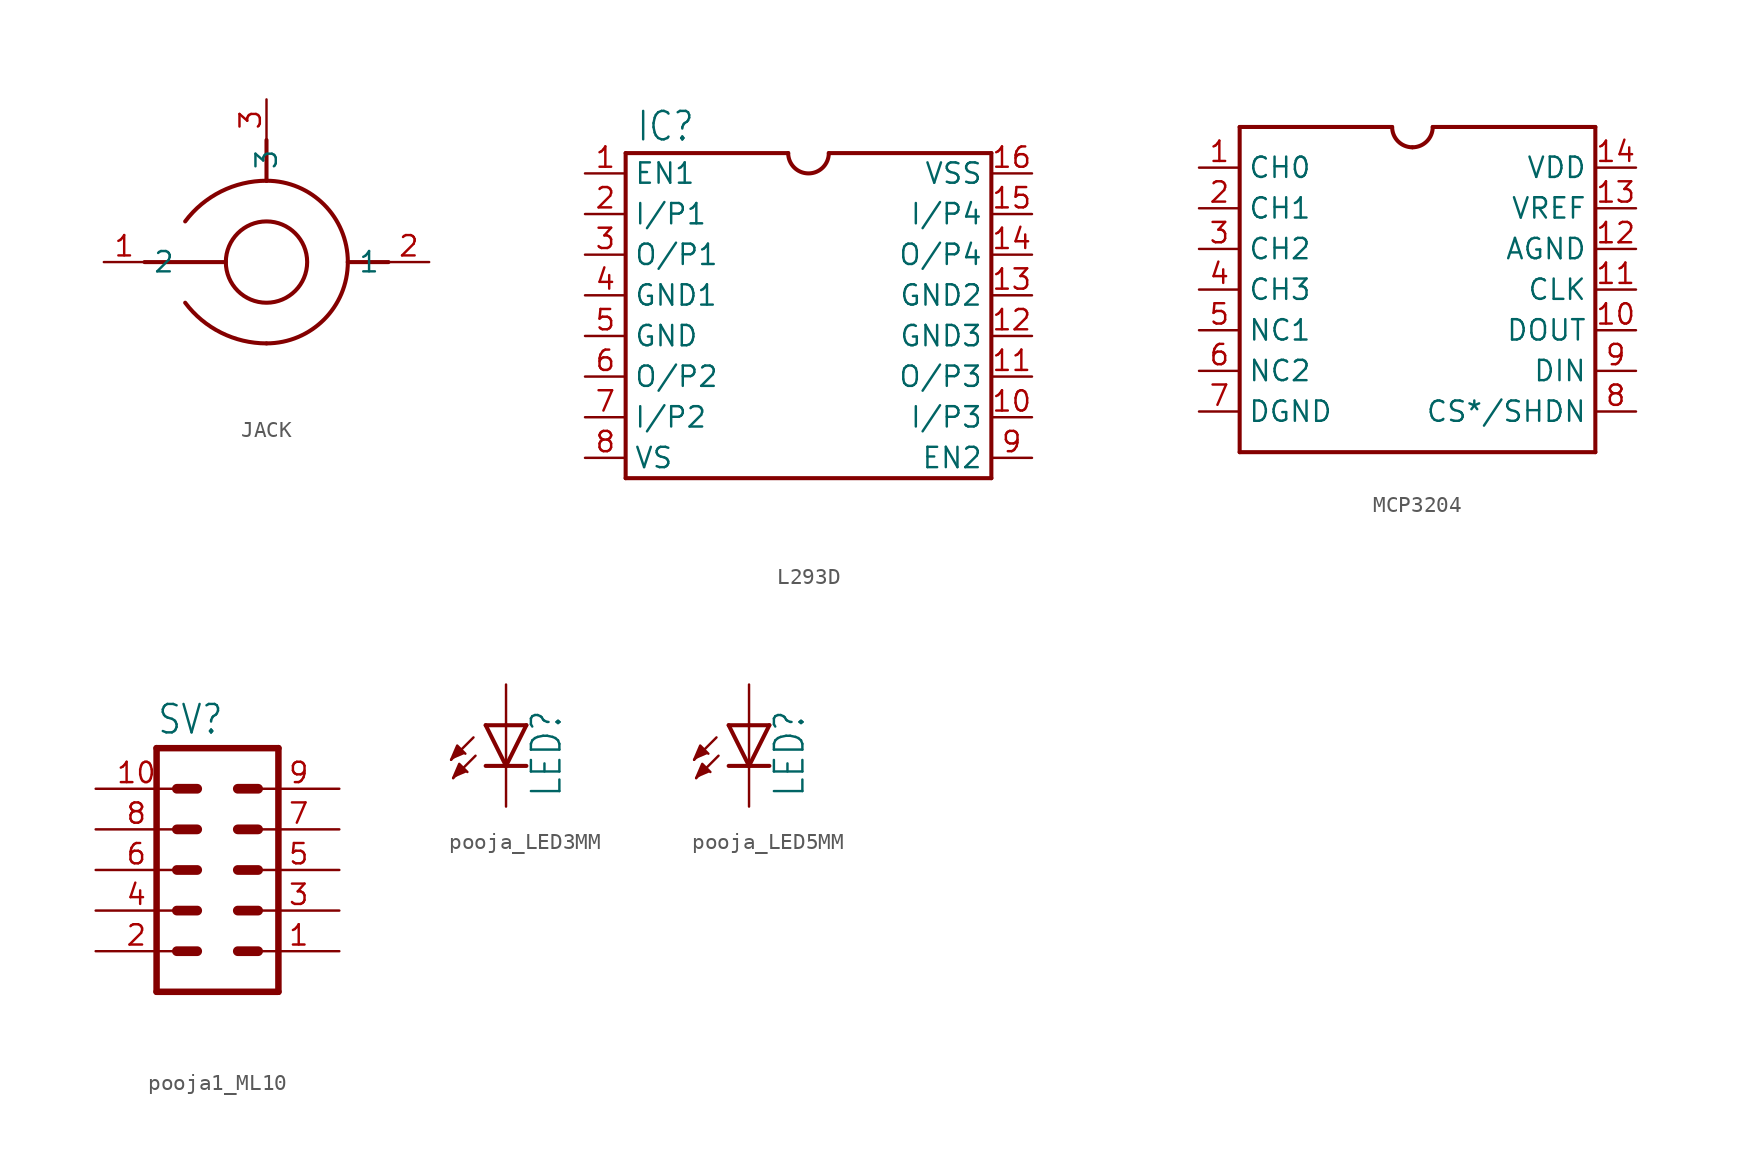
<source format=kicad_sym>
(kicad_symbol_lib
  (version 20220914)
  (generator kicad_symbol_editor)
  (symbol "JACK"
    (property "Reference" ""
      (at -7.62 5.08 0)
      (effects (font (size 1.778 1.511)) (justify left bottom) hide))
    (property "Value" ""
      (at 2.54 -7.62 0)
      (effects (font (size 1.778 1.511)) (justify left bottom)))
    (property "ki_locked" ""
      (at 0 0 0)
      (effects (font (size 1.27 1.27))))
    (symbol "JACK_1_0"
      (arc (start -5.08 -2.54) (mid -2.8398 -4.4096) (end 0 -5.08) (stroke (width 0.254) (type solid)) (fill (type none)))
      (arc (start 0 -5.08) (mid 3.5921 -3.5921) (end 5.08 0) (stroke (width 0.254) (type solid)) (fill (type none)))
      (polyline (pts (xy -2.54 0) (xy -7.62 0)) (stroke (width 0.254) (type solid)) (fill (type none)))
      (polyline (pts (xy 0 5.08) (xy 0 7.62)) (stroke (width 0.254) (type solid)) (fill (type none)))
      (polyline (pts (xy 5.08 0) (xy 7.62 0)) (stroke (width 0.254) (type solid)) (fill (type none)))
      (circle (center 0 0) (radius 2.54) (stroke (width 0.254) (type solid)) (fill (type none)))
      (arc (start 0 5.08) (mid -2.8398 4.4096) (end -5.08 2.54) (stroke (width 0.254) (type solid)) (fill (type none)))
      (arc (start 5.08 0) (mid 3.5921 3.5921) (end 0 5.08) (stroke (width 0.254) (type solid)) (fill (type none)))
      (pin bidirectional line (at -10.16 0 0) (length 2.54) (name "2" (effects (font (size 1.27 1.27)))) (number "1" (effects (font (size 1.27 1.27)))))
      (pin bidirectional line (at 10.16 0 180) (length 2.54) (name "1" (effects (font (size 1.27 1.27)))) (number "2" (effects (font (size 1.27 1.27)))))
      (pin bidirectional line (at 0 10.16 270) (length 2.54) (name "3" (effects (font (size 1.27 1.27)))) (number "3" (effects (font (size 1.27 1.27)))))))
  (symbol "L293D"
    (property "Reference" "IC"
      (at -9.525 9.525 0)
      (effects (font (size 1.778 1.511)) (justify left bottom)))
    (property "Value" ""
      (at -9.525 -13.97 0)
      (effects (font (size 1.778 1.511)) (justify left bottom)))
    (property "ki_locked" ""
      (at 0 0 0)
      (effects (font (size 1.27 1.27))))
    (symbol "L293D_1_0"
      (polyline (pts (xy -10.16 -11.43) (xy 12.7 -11.43)) (stroke (width 0.254) (type solid)) (fill (type none)))
      (polyline (pts (xy -10.16 8.89) (xy -10.16 -11.43)) (stroke (width 0.254) (type solid)) (fill (type none)))
      (polyline (pts (xy -10.16 8.89) (xy 0 8.89)) (stroke (width 0.254) (type solid)) (fill (type none)))
      (polyline (pts (xy 12.7 -11.43) (xy 12.7 8.89)) (stroke (width 0.254) (type solid)) (fill (type none)))
      (polyline (pts (xy 12.7 8.89) (xy 2.54 8.89)) (stroke (width 0.254) (type solid)) (fill (type none)))
      (arc (start 0 8.89) (mid 1.27 7.62) (end 2.54 8.89) (stroke (width 0.254) (type solid)) (fill (type none)))
      (pin passive line (at -12.7 7.62 0) (length 2.54) (name "EN1" (effects (font (size 1.27 1.27)))) (number "1" (effects (font (size 1.27 1.27)))))
      (pin passive line (at 15.24 -7.62 180) (length 2.54) (name "I/P3" (effects (font (size 1.27 1.27)))) (number "10" (effects (font (size 1.27 1.27)))))
      (pin passive line (at 15.24 -5.08 180) (length 2.54) (name "O/P3" (effects (font (size 1.27 1.27)))) (number "11" (effects (font (size 1.27 1.27)))))
      (pin passive line (at 15.24 -2.54 180) (length 2.54) (name "GND3" (effects (font (size 1.27 1.27)))) (number "12" (effects (font (size 1.27 1.27)))))
      (pin passive line (at 15.24 0 180) (length 2.54) (name "GND2" (effects (font (size 1.27 1.27)))) (number "13" (effects (font (size 1.27 1.27)))))
      (pin passive line (at 15.24 2.54 180) (length 2.54) (name "O/P4" (effects (font (size 1.27 1.27)))) (number "14" (effects (font (size 1.27 1.27)))))
      (pin passive line (at 15.24 5.08 180) (length 2.54) (name "I/P4" (effects (font (size 1.27 1.27)))) (number "15" (effects (font (size 1.27 1.27)))))
      (pin passive line (at 15.24 7.62 180) (length 2.54) (name "VSS" (effects (font (size 1.27 1.27)))) (number "16" (effects (font (size 1.27 1.27)))))
      (pin passive line (at -12.7 5.08 0) (length 2.54) (name "I/P1" (effects (font (size 1.27 1.27)))) (number "2" (effects (font (size 1.27 1.27)))))
      (pin passive line (at -12.7 2.54 0) (length 2.54) (name "O/P1" (effects (font (size 1.27 1.27)))) (number "3" (effects (font (size 1.27 1.27)))))
      (pin passive line (at -12.7 0 0) (length 2.54) (name "GND1" (effects (font (size 1.27 1.27)))) (number "4" (effects (font (size 1.27 1.27)))))
      (pin passive line (at -12.7 -2.54 0) (length 2.54) (name "GND" (effects (font (size 1.27 1.27)))) (number "5" (effects (font (size 1.27 1.27)))))
      (pin passive line (at -12.7 -5.08 0) (length 2.54) (name "O/P2" (effects (font (size 1.27 1.27)))) (number "6" (effects (font (size 1.27 1.27)))))
      (pin passive line (at -12.7 -7.62 0) (length 2.54) (name "I/P2" (effects (font (size 1.27 1.27)))) (number "7" (effects (font (size 1.27 1.27)))))
      (pin passive line (at -12.7 -10.16 0) (length 2.54) (name "VS" (effects (font (size 1.27 1.27)))) (number "8" (effects (font (size 1.27 1.27)))))
      (pin passive line (at 15.24 -10.16 180) (length 2.54) (name "EN2" (effects (font (size 1.27 1.27)))) (number "9" (effects (font (size 1.27 1.27)))))))
  (symbol "MCP3204"
    (property "Reference" ""
      (at -10.795 11.43 0)
      (effects (font (size 1.422 1.209)) (justify left bottom) hide))
    (property "Value" ""
      (at 2.54 11.43 0)
      (effects (font (size 1.422 1.209)) (justify left bottom)))
    (property "ki_locked" ""
      (at 0 0 0)
      (effects (font (size 1.27 1.27))))
    (symbol "MCP3204_1_0"
      (arc (start -1.27 10.16) (mid -0.898 9.262) (end 0 8.89) (stroke (width 0.254) (type solid)) (fill (type none)))
      (polyline (pts (xy -10.795 -10.16) (xy 11.43 -10.16)) (stroke (width 0.254) (type solid)) (fill (type none)))
      (polyline (pts (xy -10.795 10.16) (xy -10.795 -10.16)) (stroke (width 0.254) (type solid)) (fill (type none)))
      (polyline (pts (xy -10.795 10.16) (xy -1.27 10.16)) (stroke (width 0.254) (type solid)) (fill (type none)))
      (polyline (pts (xy 1.27 10.16) (xy 11.43 10.16)) (stroke (width 0.254) (type solid)) (fill (type none)))
      (polyline (pts (xy 11.43 -10.16) (xy 11.43 10.16)) (stroke (width 0.254) (type solid)) (fill (type none)))
      (arc (start 0 8.89) (mid 0.898 9.262) (end 1.27 10.16) (stroke (width 0.254) (type solid)) (fill (type none)))
      (pin bidirectional line (at -13.335 7.62 0) (length 2.54) (name "CH0" (effects (font (size 1.27 1.27)))) (number "1" (effects (font (size 1.27 1.27)))))
      (pin bidirectional line (at 13.97 -2.54 180) (length 2.54) (name "DOUT" (effects (font (size 1.27 1.27)))) (number "10" (effects (font (size 1.27 1.27)))))
      (pin bidirectional line (at 13.97 0 180) (length 2.54) (name "CLK" (effects (font (size 1.27 1.27)))) (number "11" (effects (font (size 1.27 1.27)))))
      (pin bidirectional line (at 13.97 2.54 180) (length 2.54) (name "AGND" (effects (font (size 1.27 1.27)))) (number "12" (effects (font (size 1.27 1.27)))))
      (pin bidirectional line (at 13.97 5.08 180) (length 2.54) (name "VREF" (effects (font (size 1.27 1.27)))) (number "13" (effects (font (size 1.27 1.27)))))
      (pin bidirectional line (at 13.97 7.62 180) (length 2.54) (name "VDD" (effects (font (size 1.27 1.27)))) (number "14" (effects (font (size 1.27 1.27)))))
      (pin bidirectional line (at -13.335 5.08 0) (length 2.54) (name "CH1" (effects (font (size 1.27 1.27)))) (number "2" (effects (font (size 1.27 1.27)))))
      (pin bidirectional line (at -13.335 2.54 0) (length 2.54) (name "CH2" (effects (font (size 1.27 1.27)))) (number "3" (effects (font (size 1.27 1.27)))))
      (pin bidirectional line (at -13.335 0 0) (length 2.54) (name "CH3" (effects (font (size 1.27 1.27)))) (number "4" (effects (font (size 1.27 1.27)))))
      (pin bidirectional line (at -13.335 -2.54 0) (length 2.54) (name "NC1" (effects (font (size 1.27 1.27)))) (number "5" (effects (font (size 1.27 1.27)))))
      (pin bidirectional line (at -13.335 -5.08 0) (length 2.54) (name "NC2" (effects (font (size 1.27 1.27)))) (number "6" (effects (font (size 1.27 1.27)))))
      (pin bidirectional line (at -13.335 -7.62 0) (length 2.54) (name "DGND" (effects (font (size 1.27 1.27)))) (number "7" (effects (font (size 1.27 1.27)))))
      (pin bidirectional line (at 13.97 -7.62 180) (length 2.54) (name "CS*/SHDN" (effects (font (size 1.27 1.27)))) (number "8" (effects (font (size 1.27 1.27)))))
      (pin bidirectional line (at 13.97 -5.08 180) (length 2.54) (name "DIN" (effects (font (size 1.27 1.27)))) (number "9" (effects (font (size 1.27 1.27)))))))
  (symbol "pooja1_ML10"
    (property "Reference" "SV"
      (at -3.81 8.382 0)
      (effects (font (size 1.778 1.511)) (justify left bottom)))
    (property "Value" ""
      (at -3.81 -10.16 0)
      (effects (font (size 1.778 1.511)) (justify left bottom)))
    (property "ki_locked" ""
      (at 0 0 0)
      (effects (font (size 1.27 1.27))))
    (symbol "pooja1_ML10_1_0"
      (polyline (pts (xy -3.81 7.62) (xy -3.81 -7.62)) (stroke (width 0.406) (type solid)) (fill (type none)))
      (polyline (pts (xy -3.81 7.62) (xy 3.81 7.62)) (stroke (width 0.406) (type solid)) (fill (type none)))
      (polyline (pts (xy -2.54 -5.08) (xy -1.27 -5.08)) (stroke (width 0.61) (type solid)) (fill (type none)))
      (polyline (pts (xy -2.54 -2.54) (xy -1.27 -2.54)) (stroke (width 0.61) (type solid)) (fill (type none)))
      (polyline (pts (xy -2.54 0) (xy -1.27 0)) (stroke (width 0.61) (type solid)) (fill (type none)))
      (polyline (pts (xy -2.54 2.54) (xy -1.27 2.54)) (stroke (width 0.61) (type solid)) (fill (type none)))
      (polyline (pts (xy -2.54 5.08) (xy -1.27 5.08)) (stroke (width 0.61) (type solid)) (fill (type none)))
      (polyline (pts (xy 1.27 -5.08) (xy 2.54 -5.08)) (stroke (width 0.61) (type solid)) (fill (type none)))
      (polyline (pts (xy 1.27 -2.54) (xy 2.54 -2.54)) (stroke (width 0.61) (type solid)) (fill (type none)))
      (polyline (pts (xy 1.27 0) (xy 2.54 0)) (stroke (width 0.61) (type solid)) (fill (type none)))
      (polyline (pts (xy 1.27 2.54) (xy 2.54 2.54)) (stroke (width 0.61) (type solid)) (fill (type none)))
      (polyline (pts (xy 1.27 5.08) (xy 2.54 5.08)) (stroke (width 0.61) (type solid)) (fill (type none)))
      (polyline (pts (xy 3.81 -7.62) (xy -3.81 -7.62)) (stroke (width 0.406) (type solid)) (fill (type none)))
      (polyline (pts (xy 3.81 -7.62) (xy 3.81 7.62)) (stroke (width 0.406) (type solid)) (fill (type none)))
      (pin passive line (at 7.62 -5.08 180) (length 5.08) (name "1" (effects (font (size 0 0)))) (number "1" (effects (font (size 1.27 1.27)))))
      (pin passive line (at -7.62 5.08 0) (length 5.08) (name "10" (effects (font (size 0 0)))) (number "10" (effects (font (size 1.27 1.27)))))
      (pin passive line (at -7.62 -5.08 0) (length 5.08) (name "2" (effects (font (size 0 0)))) (number "2" (effects (font (size 1.27 1.27)))))
      (pin passive line (at 7.62 -2.54 180) (length 5.08) (name "3" (effects (font (size 0 0)))) (number "3" (effects (font (size 1.27 1.27)))))
      (pin passive line (at -7.62 -2.54 0) (length 5.08) (name "4" (effects (font (size 0 0)))) (number "4" (effects (font (size 1.27 1.27)))))
      (pin passive line (at 7.62 0 180) (length 5.08) (name "5" (effects (font (size 0 0)))) (number "5" (effects (font (size 1.27 1.27)))))
      (pin passive line (at -7.62 0 0) (length 5.08) (name "6" (effects (font (size 0 0)))) (number "6" (effects (font (size 1.27 1.27)))))
      (pin passive line (at 7.62 2.54 180) (length 5.08) (name "7" (effects (font (size 0 0)))) (number "7" (effects (font (size 1.27 1.27)))))
      (pin passive line (at -7.62 2.54 0) (length 5.08) (name "8" (effects (font (size 0 0)))) (number "8" (effects (font (size 1.27 1.27)))))
      (pin passive line (at 7.62 5.08 180) (length 5.08) (name "9" (effects (font (size 0 0)))) (number "9" (effects (font (size 1.27 1.27)))))))
  (symbol "pooja_LED3MM"
    (property "Reference" "LED"
      (at 3.556 -4.572 90)
      (effects (font (size 1.778 1.511)) (justify left bottom)))
    (property "Value" ""
      (at 5.715 -4.572 90)
      (effects (font (size 1.778 1.511)) (justify left bottom)))
    (property "ki_locked" ""
      (at 0 0 0)
      (effects (font (size 1.27 1.27))))
    (symbol "pooja_LED3MM_1_0"
      (polyline (pts (xy -2.032 -0.762) (xy -3.429 -2.159)) (stroke (width 0.152) (type solid)) (fill (type none)))
      (polyline (pts (xy -1.905 -1.905) (xy -3.302 -3.302)) (stroke (width 0.152) (type solid)) (fill (type none)))
      (polyline (pts (xy 0 -2.54) (xy -1.27 -2.54)) (stroke (width 0.254) (type solid)) (fill (type none)))
      (polyline (pts (xy 0 -2.54) (xy -1.27 0)) (stroke (width 0.254) (type solid)) (fill (type none)))
      (polyline (pts (xy 0 0) (xy -1.27 0)) (stroke (width 0.254) (type solid)) (fill (type none)))
      (polyline (pts (xy 0 0) (xy 0 -2.54)) (stroke (width 0.152) (type solid)) (fill (type none)))
      (polyline (pts (xy 1.27 -2.54) (xy 0 -2.54)) (stroke (width 0.254) (type solid)) (fill (type none)))
      (polyline (pts (xy 1.27 0) (xy 0 -2.54)) (stroke (width 0.254) (type solid)) (fill (type none)))
      (polyline (pts (xy 1.27 0) (xy 0 0)) (stroke (width 0.254) (type solid)) (fill (type none)))
      (polyline (pts (xy -3.429 -2.159) (xy -3.048 -1.27) (xy -2.54 -1.778)) (stroke (width 0.152) (type solid)) (fill (type outline)))
      (polyline (pts (xy -3.302 -3.302) (xy -2.921 -2.413) (xy -2.413 -2.921)) (stroke (width 0.152) (type solid)) (fill (type outline)))
      (pin passive line (at 0 2.54 270) (length 2.54) (name "A" (effects (font (size 0 0)))) (number "A" (effects (font (size 0 0)))))
      (pin passive line (at 0 -5.08 90) (length 2.54) (name "C" (effects (font (size 0 0)))) (number "K" (effects (font (size 0 0)))))))
  (symbol "pooja_LED5MM"
    (property "Reference" "LED"
      (at 3.556 -4.572 90)
      (effects (font (size 1.778 1.511)) (justify left bottom)))
    (property "Value" ""
      (at 5.715 -4.572 90)
      (effects (font (size 1.778 1.511)) (justify left bottom)))
    (property "ki_locked" ""
      (at 0 0 0)
      (effects (font (size 1.27 1.27))))
    (symbol "pooja_LED5MM_1_0"
      (polyline (pts (xy -2.032 -0.762) (xy -3.429 -2.159)) (stroke (width 0.152) (type solid)) (fill (type none)))
      (polyline (pts (xy -1.905 -1.905) (xy -3.302 -3.302)) (stroke (width 0.152) (type solid)) (fill (type none)))
      (polyline (pts (xy 0 -2.54) (xy -1.27 -2.54)) (stroke (width 0.254) (type solid)) (fill (type none)))
      (polyline (pts (xy 0 -2.54) (xy -1.27 0)) (stroke (width 0.254) (type solid)) (fill (type none)))
      (polyline (pts (xy 0 0) (xy -1.27 0)) (stroke (width 0.254) (type solid)) (fill (type none)))
      (polyline (pts (xy 0 0) (xy 0 -2.54)) (stroke (width 0.152) (type solid)) (fill (type none)))
      (polyline (pts (xy 1.27 -2.54) (xy 0 -2.54)) (stroke (width 0.254) (type solid)) (fill (type none)))
      (polyline (pts (xy 1.27 0) (xy 0 -2.54)) (stroke (width 0.254) (type solid)) (fill (type none)))
      (polyline (pts (xy 1.27 0) (xy 0 0)) (stroke (width 0.254) (type solid)) (fill (type none)))
      (polyline (pts (xy -3.429 -2.159) (xy -3.048 -1.27) (xy -2.54 -1.778)) (stroke (width 0.152) (type solid)) (fill (type outline)))
      (polyline (pts (xy -3.302 -3.302) (xy -2.921 -2.413) (xy -2.413 -2.921)) (stroke (width 0.152) (type solid)) (fill (type outline)))
      (pin passive line (at 0 2.54 270) (length 2.54) (name "A" (effects (font (size 0 0)))) (number "A" (effects (font (size 0 0)))))
      (pin passive line (at 0 -5.08 90) (length 2.54) (name "C" (effects (font (size 0 0)))) (number "K" (effects (font (size 0 0))))))))
</source>
